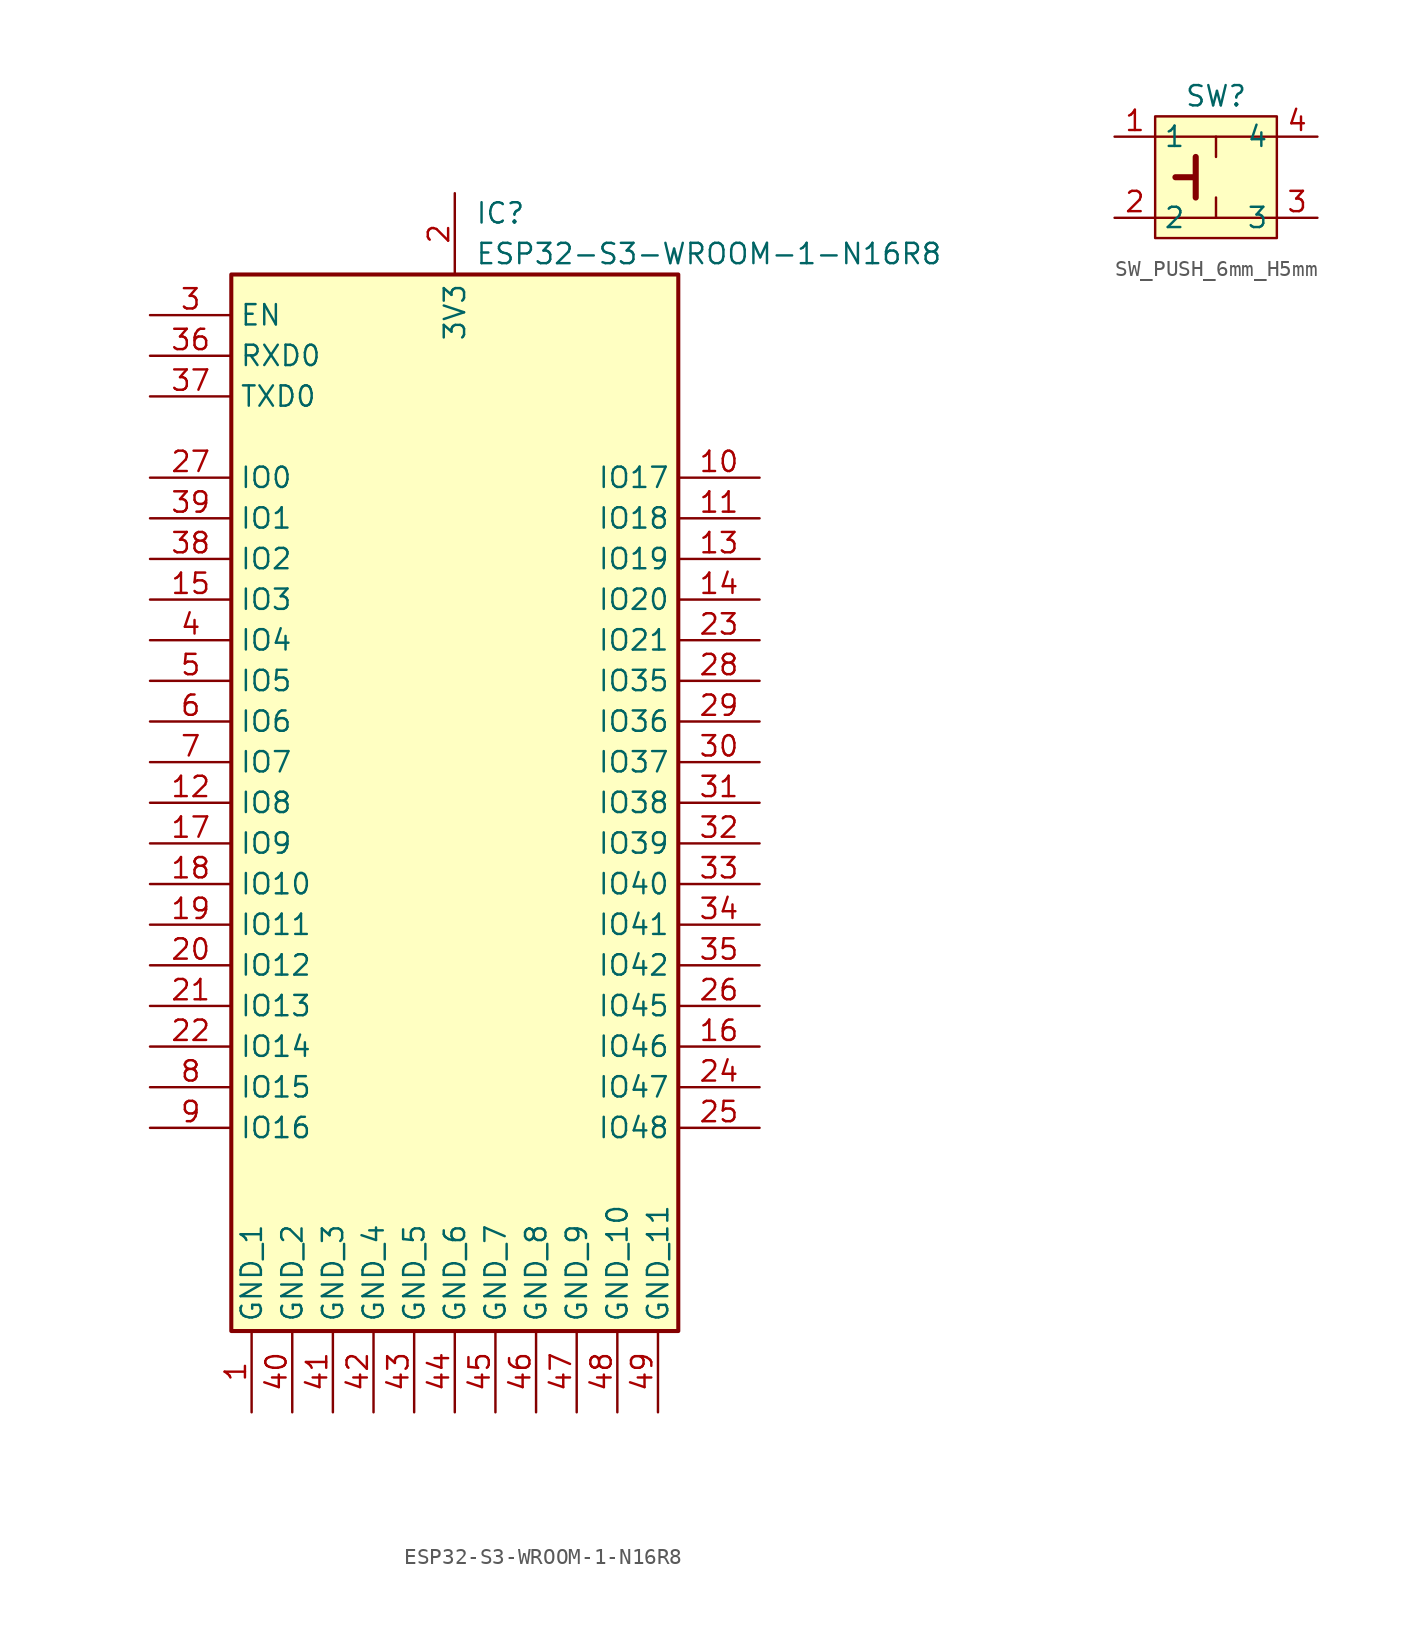
<source format=kicad_sym>
(kicad_symbol_lib
  (version 20241209)
  (generator "kicad_symbol_editor")
  (generator_version "9.0")
  (symbol "ESP32-S3-WROOM-1-N16R8"
    (property "Reference" "IC"
      (at 15.24 4.572 0)
      (effects (font (size 1.27 1.27)) (justify left top)))
    (property "Value" "ESP32-S3-WROOM-1-N16R8"
      (at 15.24 2.032 0)
      (effects (font (size 1.27 1.27)) (justify left top)))
    (symbol "ESP32-S3-WROOM-1-N16R8_1_1"
      (rectangle (start 0 0) (end 27.94 -66.04) (stroke (width 0.254) (type default)) (fill (type background)))
      (pin passive line (at -5.08 -2.54 0) (length 5.08) (name "EN" (effects (font (size 1.27 1.27)))) (number "3" (effects (font (size 1.27 1.27)))))
      (pin passive line (at -5.08 -5.08 0) (length 5.08) (name "RXD0" (effects (font (size 1.27 1.27)))) (number "36" (effects (font (size 1.27 1.27)))))
      (pin passive line (at -5.08 -7.62 0) (length 5.08) (name "TXD0" (effects (font (size 1.27 1.27)))) (number "37" (effects (font (size 1.27 1.27)))))
      (pin passive line (at -5.08 -12.7 0) (length 5.08) (name "IO0" (effects (font (size 1.27 1.27)))) (number "27" (effects (font (size 1.27 1.27)))))
      (pin passive line (at -5.08 -15.24 0) (length 5.08) (name "IO1" (effects (font (size 1.27 1.27)))) (number "39" (effects (font (size 1.27 1.27)))))
      (pin passive line (at -5.08 -17.78 0) (length 5.08) (name "IO2" (effects (font (size 1.27 1.27)))) (number "38" (effects (font (size 1.27 1.27)))))
      (pin passive line (at -5.08 -20.32 0) (length 5.08) (name "IO3" (effects (font (size 1.27 1.27)))) (number "15" (effects (font (size 1.27 1.27)))))
      (pin passive line (at -5.08 -22.86 0) (length 5.08) (name "IO4" (effects (font (size 1.27 1.27)))) (number "4" (effects (font (size 1.27 1.27)))))
      (pin passive line (at -5.08 -25.4 0) (length 5.08) (name "IO5" (effects (font (size 1.27 1.27)))) (number "5" (effects (font (size 1.27 1.27)))))
      (pin passive line (at -5.08 -27.94 0) (length 5.08) (name "IO6" (effects (font (size 1.27 1.27)))) (number "6" (effects (font (size 1.27 1.27)))))
      (pin passive line (at -5.08 -30.48 0) (length 5.08) (name "IO7" (effects (font (size 1.27 1.27)))) (number "7" (effects (font (size 1.27 1.27)))))
      (pin passive line (at -5.08 -33.02 0) (length 5.08) (name "IO8" (effects (font (size 1.27 1.27)))) (number "12" (effects (font (size 1.27 1.27)))))
      (pin passive line (at -5.08 -35.56 0) (length 5.08) (name "IO9" (effects (font (size 1.27 1.27)))) (number "17" (effects (font (size 1.27 1.27)))))
      (pin passive line (at -5.08 -38.1 0) (length 5.08) (name "IO10" (effects (font (size 1.27 1.27)))) (number "18" (effects (font (size 1.27 1.27)))))
      (pin passive line (at -5.08 -40.64 0) (length 5.08) (name "IO11" (effects (font (size 1.27 1.27)))) (number "19" (effects (font (size 1.27 1.27)))))
      (pin passive line (at -5.08 -43.18 0) (length 5.08) (name "IO12" (effects (font (size 1.27 1.27)))) (number "20" (effects (font (size 1.27 1.27)))))
      (pin passive line (at -5.08 -45.72 0) (length 5.08) (name "IO13" (effects (font (size 1.27 1.27)))) (number "21" (effects (font (size 1.27 1.27)))))
      (pin passive line (at -5.08 -48.26 0) (length 5.08) (name "IO14" (effects (font (size 1.27 1.27)))) (number "22" (effects (font (size 1.27 1.27)))))
      (pin passive line (at -5.08 -50.8 0) (length 5.08) (name "IO15" (effects (font (size 1.27 1.27)))) (number "8" (effects (font (size 1.27 1.27)))))
      (pin passive line (at -5.08 -53.34 0) (length 5.08) (name "IO16" (effects (font (size 1.27 1.27)))) (number "9" (effects (font (size 1.27 1.27)))))
      (pin passive line (at 1.27 -71.12 90) (length 5.08) (name "GND_1" (effects (font (size 1.27 1.27)))) (number "1" (effects (font (size 1.27 1.27)))))
      (pin passive line (at 3.81 -71.12 90) (length 5.08) (name "GND_2" (effects (font (size 1.27 1.27)))) (number "40" (effects (font (size 1.27 1.27)))))
      (pin passive line (at 6.35 -71.12 90) (length 5.08) (name "GND_3" (effects (font (size 1.27 1.27)))) (number "41" (effects (font (size 1.27 1.27)))))
      (pin passive line (at 8.89 -71.12 90) (length 5.08) (name "GND_4" (effects (font (size 1.27 1.27)))) (number "42" (effects (font (size 1.27 1.27)))))
      (pin passive line (at 11.43 -71.12 90) (length 5.08) (name "GND_5" (effects (font (size 1.27 1.27)))) (number "43" (effects (font (size 1.27 1.27)))))
      (pin passive line (at 13.97 5.08 270) (length 5.08) (name "3V3" (effects (font (size 1.27 1.27)))) (number "2" (effects (font (size 1.27 1.27)))))
      (pin passive line (at 13.97 -71.12 90) (length 5.08) (name "GND_6" (effects (font (size 1.27 1.27)))) (number "44" (effects (font (size 1.27 1.27)))))
      (pin passive line (at 16.51 -71.12 90) (length 5.08) (name "GND_7" (effects (font (size 1.27 1.27)))) (number "45" (effects (font (size 1.27 1.27)))))
      (pin passive line (at 19.05 -71.12 90) (length 5.08) (name "GND_8" (effects (font (size 1.27 1.27)))) (number "46" (effects (font (size 1.27 1.27)))))
      (pin passive line (at 21.59 -71.12 90) (length 5.08) (name "GND_9" (effects (font (size 1.27 1.27)))) (number "47" (effects (font (size 1.27 1.27)))))
      (pin passive line (at 24.13 -71.12 90) (length 5.08) (name "GND_10" (effects (font (size 1.27 1.27)))) (number "48" (effects (font (size 1.27 1.27)))))
      (pin passive line (at 26.67 -71.12 90) (length 5.08) (name "GND_11" (effects (font (size 1.27 1.27)))) (number "49" (effects (font (size 1.27 1.27)))))
      (pin passive line (at 33.02 -12.7 180) (length 5.08) (name "IO17" (effects (font (size 1.27 1.27)))) (number "10" (effects (font (size 1.27 1.27)))))
      (pin passive line (at 33.02 -15.24 180) (length 5.08) (name "IO18" (effects (font (size 1.27 1.27)))) (number "11" (effects (font (size 1.27 1.27)))))
      (pin passive line (at 33.02 -17.78 180) (length 5.08) (name "IO19" (effects (font (size 1.27 1.27)))) (number "13" (effects (font (size 1.27 1.27)))))
      (pin passive line (at 33.02 -20.32 180) (length 5.08) (name "IO20" (effects (font (size 1.27 1.27)))) (number "14" (effects (font (size 1.27 1.27)))))
      (pin passive line (at 33.02 -22.86 180) (length 5.08) (name "IO21" (effects (font (size 1.27 1.27)))) (number "23" (effects (font (size 1.27 1.27)))))
      (pin passive line (at 33.02 -25.4 180) (length 5.08) (name "IO35" (effects (font (size 1.27 1.27)))) (number "28" (effects (font (size 1.27 1.27)))))
      (pin passive line (at 33.02 -27.94 180) (length 5.08) (name "IO36" (effects (font (size 1.27 1.27)))) (number "29" (effects (font (size 1.27 1.27)))))
      (pin passive line (at 33.02 -30.48 180) (length 5.08) (name "IO37" (effects (font (size 1.27 1.27)))) (number "30" (effects (font (size 1.27 1.27)))))
      (pin passive line (at 33.02 -33.02 180) (length 5.08) (name "IO38" (effects (font (size 1.27 1.27)))) (number "31" (effects (font (size 1.27 1.27)))))
      (pin passive line (at 33.02 -35.56 180) (length 5.08) (name "IO39" (effects (font (size 1.27 1.27)))) (number "32" (effects (font (size 1.27 1.27)))))
      (pin passive line (at 33.02 -38.1 180) (length 5.08) (name "IO40" (effects (font (size 1.27 1.27)))) (number "33" (effects (font (size 1.27 1.27)))))
      (pin passive line (at 33.02 -40.64 180) (length 5.08) (name "IO41" (effects (font (size 1.27 1.27)))) (number "34" (effects (font (size 1.27 1.27)))))
      (pin passive line (at 33.02 -43.18 180) (length 5.08) (name "IO42" (effects (font (size 1.27 1.27)))) (number "35" (effects (font (size 1.27 1.27)))))
      (pin passive line (at 33.02 -45.72 180) (length 5.08) (name "IO45" (effects (font (size 1.27 1.27)))) (number "26" (effects (font (size 1.27 1.27)))))
      (pin passive line (at 33.02 -48.26 180) (length 5.08) (name "IO46" (effects (font (size 1.27 1.27)))) (number "16" (effects (font (size 1.27 1.27)))))
      (pin passive line (at 33.02 -50.8 180) (length 5.08) (name "IO47" (effects (font (size 1.27 1.27)))) (number "24" (effects (font (size 1.27 1.27)))))
      (pin passive line (at 33.02 -53.34 180) (length 5.08) (name "IO48" (effects (font (size 1.27 1.27)))) (number "25" (effects (font (size 1.27 1.27)))))))
  (symbol "SW_PUSH_6mm_H5mm"
    (property "Reference" "SW"
      (at 0 3.81 0)
      (effects (font (size 1.27 1.27))))
    (property "Value" ""
      (at 0 0 0)
      (effects (font (size 1.27 1.27))))
    (symbol "SW_PUSH_6mm_H5mm_0_1"
      (polyline (pts (xy -3.81 1.27) (xy 3.81 1.27)) (stroke (width 0) (type default)) (fill (type none)))
      (polyline (pts (xy -3.81 -3.81) (xy 3.81 -3.81)) (stroke (width 0) (type default)) (fill (type none)))
      (polyline (pts (xy 0 1.27) (xy 0 0)) (stroke (width 0) (type default)) (fill (type none)))
      (polyline (pts (xy 0 -3.81) (xy 0 -2.54)) (stroke (width 0) (type default)) (fill (type none))))
    (symbol "SW_PUSH_6mm_H5mm_1_1"
      (rectangle (start -3.81 2.54) (end 3.81 -5.08) (stroke (width 0) (type default)) (fill (type background)))
      (polyline (pts (xy -2.54 -1.27) (xy -1.27 -1.27) (xy -1.27 0) (xy -1.27 -2.54)) (stroke (width 0.381) (type default)) (fill (type none)))
      (pin passive line (at -6.35 1.27 0) (length 2.54) (name "1" (effects (font (size 1.27 1.27)))) (number "1" (effects (font (size 1.27 1.27)))))
      (pin passive line (at -6.35 -3.81 0) (length 2.54) (name "2" (effects (font (size 1.27 1.27)))) (number "2" (effects (font (size 1.27 1.27)))))
      (pin passive line (at 6.35 1.27 180) (length 2.54) (name "4" (effects (font (size 1.27 1.27)))) (number "4" (effects (font (size 1.27 1.27)))))
      (pin passive line (at 6.35 -3.81 180) (length 2.54) (name "3" (effects (font (size 1.27 1.27)))) (number "3" (effects (font (size 1.27 1.27))))))))
</source>
